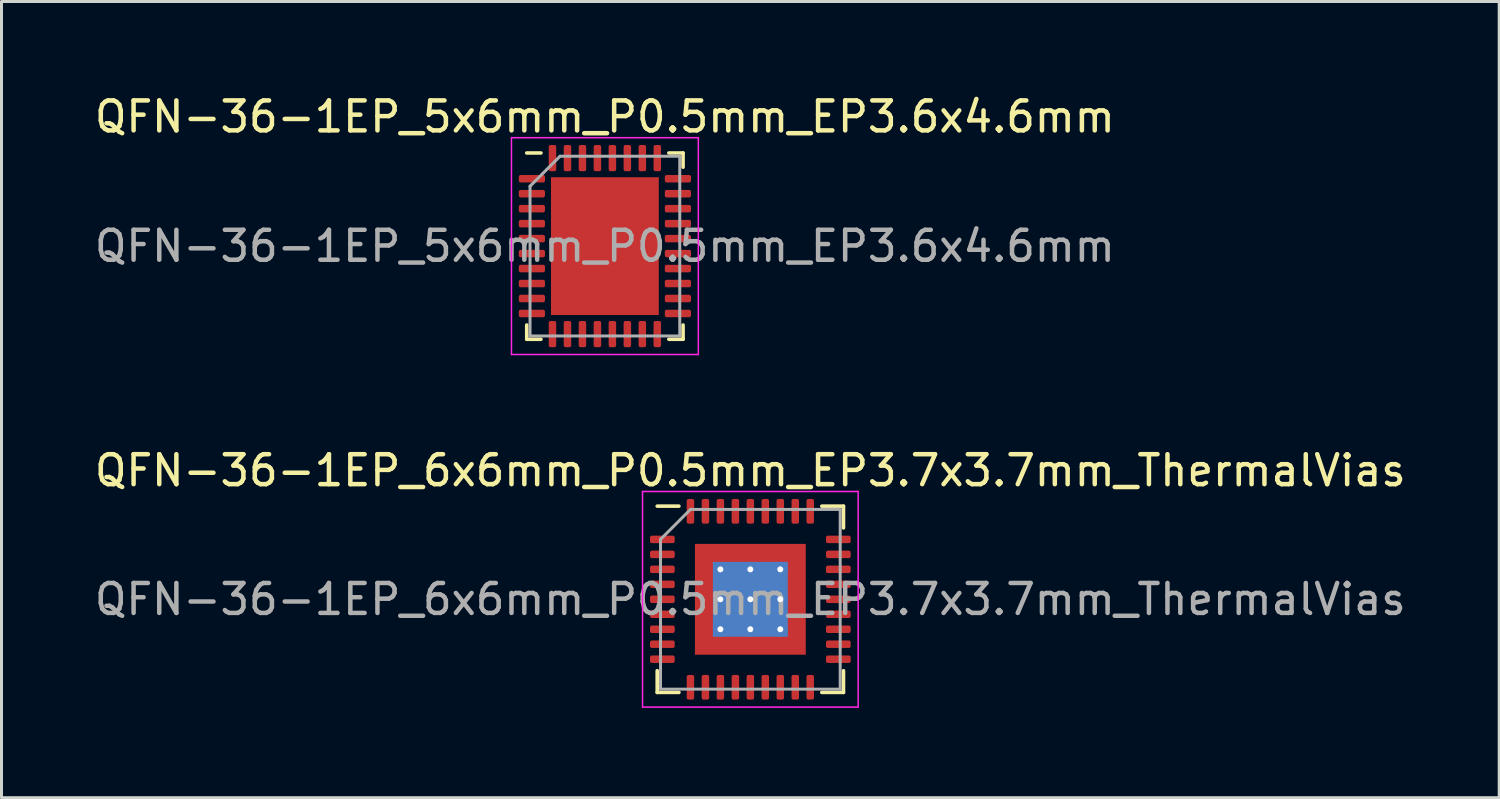
<source format=kicad_pcb>
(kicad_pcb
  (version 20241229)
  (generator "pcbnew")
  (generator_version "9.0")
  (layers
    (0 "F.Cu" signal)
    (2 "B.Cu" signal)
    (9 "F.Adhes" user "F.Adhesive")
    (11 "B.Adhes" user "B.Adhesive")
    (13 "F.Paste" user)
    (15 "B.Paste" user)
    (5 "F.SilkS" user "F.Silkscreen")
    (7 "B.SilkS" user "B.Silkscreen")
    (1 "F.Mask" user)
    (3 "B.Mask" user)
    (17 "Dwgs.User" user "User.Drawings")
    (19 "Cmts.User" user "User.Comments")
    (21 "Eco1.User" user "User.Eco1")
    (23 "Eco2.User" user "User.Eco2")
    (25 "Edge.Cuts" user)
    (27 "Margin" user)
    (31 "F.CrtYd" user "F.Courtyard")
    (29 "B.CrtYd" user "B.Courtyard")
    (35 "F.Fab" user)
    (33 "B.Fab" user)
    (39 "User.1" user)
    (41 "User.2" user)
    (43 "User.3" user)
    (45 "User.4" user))
  (footprint "QFN-36-1EP_6x6mm_P0.5mm_EP3.7x3.7mm_ThermalVias"
    (layer "F.Cu")
    (at 22.006 16.962)
    (property "Reference" "QFN-36-1EP_6x6mm_P0.5mm_EP3.7x3.7mm_ThermalVias" (at 0 -4.3 0) (layer "F.SilkS") (effects (font (size 1 1) (thickness 0.15))))
    (attr smd)
    (fp_line (start -3.11 3.11) (end -3.11 2.385) (stroke (width 0.12) (type solid)) (layer "F.SilkS"))
    (fp_line (start -2.385 -3.11) (end -3.11 -3.11) (stroke (width 0.12) (type solid)) (layer "F.SilkS"))
    (fp_line (start -2.385 3.11) (end -3.11 3.11) (stroke (width 0.12) (type solid)) (layer "F.SilkS"))
    (fp_line (start 2.385 -3.11) (end 3.11 -3.11) (stroke (width 0.12) (type solid)) (layer "F.SilkS"))
    (fp_line (start 2.385 3.11) (end 3.11 3.11) (stroke (width 0.12) (type solid)) (layer "F.SilkS"))
    (fp_line (start 3.11 -3.11) (end 3.11 -2.385) (stroke (width 0.12) (type solid)) (layer "F.SilkS"))
    (fp_line (start 3.11 3.11) (end 3.11 2.385) (stroke (width 0.12) (type solid)) (layer "F.SilkS"))
    (fp_line (start -3.6 -3.6) (end -3.6 3.6) (stroke (width 0.05) (type solid)) (layer "F.CrtYd"))
    (fp_line (start -3.6 3.6) (end 3.6 3.6) (stroke (width 0.05) (type solid)) (layer "F.CrtYd"))
    (fp_line (start 3.6 -3.6) (end -3.6 -3.6) (stroke (width 0.05) (type solid)) (layer "F.CrtYd"))
    (fp_line (start 3.6 3.6) (end 3.6 -3.6) (stroke (width 0.05) (type solid)) (layer "F.CrtYd"))
    (fp_line (start -3 -2) (end -2 -3) (stroke (width 0.1) (type solid)) (layer "F.Fab"))
    (fp_line (start -3 3) (end -3 -2) (stroke (width 0.1) (type solid)) (layer "F.Fab"))
    (fp_line (start -2 -3) (end 3 -3) (stroke (width 0.1) (type solid)) (layer "F.Fab"))
    (fp_line (start 3 -3) (end 3 3) (stroke (width 0.1) (type solid)) (layer "F.Fab"))
    (fp_line (start 3 3) (end -3 3) (stroke (width 0.1) (type solid)) (layer "F.Fab"))
    (fp_text user "${REFERENCE}" (at 0 0 0) (layer "F.Fab") (effects (font (size 1 1) (thickness 0.15))))
    (pad "" smd custom (at -1.425 -1.425) (size 0.602 0.602) (layers "F.Paste") (options (anchor circle)) (primitives (gr_poly (pts (xy -0.259 -0.259) (xy 0.259 -0.259) (xy 0.259 0.19) (xy 0.19 0.259) (xy -0.259 0.259)) (width 0.167) (fill yes))))
    (pad "" smd custom (at -1.425 -0.5) (size 0.612 0.612) (layers "F.Paste") (options (anchor circle)) (primitives (gr_poly (pts (xy -0.269 -0.33) (xy 0.209 -0.33) (xy 0.269 -0.269) (xy 0.269 0.269) (xy 0.209 0.33) (xy -0.269 0.33)) (width 0.147) (fill yes))))
    (pad "" smd custom (at -1.425 0.5) (size 0.612 0.612) (layers "F.Paste") (options (anchor circle)) (primitives (gr_poly (pts (xy -0.269 -0.33) (xy 0.209 -0.33) (xy 0.269 -0.269) (xy 0.269 0.269) (xy 0.209 0.33) (xy -0.269 0.33)) (width 0.147) (fill yes))))
    (pad "" smd custom (at -1.425 1.425) (size 0.602 0.602) (layers "F.Paste") (options (anchor circle)) (primitives (gr_poly (pts (xy -0.259 -0.259) (xy 0.19 -0.259) (xy 0.259 -0.19) (xy 0.259 0.259) (xy -0.259 0.259)) (width 0.167) (fill yes))))
    (pad "" smd custom (at -0.5 -1.425) (size 0.612 0.612) (layers "F.Paste") (options (anchor circle)) (primitives (gr_poly (pts (xy -0.33 -0.269) (xy 0.33 -0.269) (xy 0.33 0.209) (xy 0.269 0.269) (xy -0.269 0.269) (xy -0.33 0.209)) (width 0.147) (fill yes))))
    (pad "" smd roundrect (at -0.5 -0.5) (size 0.806 0.806) (layers "F.Paste") (roundrect_rratio 0.25))
    (pad "" smd roundrect (at -0.5 0.5) (size 0.806 0.806) (layers "F.Paste") (roundrect_rratio 0.25))
    (pad "" smd custom (at -0.5 1.425) (size 0.612 0.612) (layers "F.Paste") (options (anchor circle)) (primitives (gr_poly (pts (xy -0.33 -0.209) (xy -0.269 -0.269) (xy 0.269 -0.269) (xy 0.33 -0.209) (xy 0.33 0.269) (xy -0.33 0.269)) (width 0.147) (fill yes))))
    (pad "" smd custom (at 0.5 -1.425) (size 0.612 0.612) (layers "F.Paste") (options (anchor circle)) (primitives (gr_poly (pts (xy -0.33 -0.269) (xy 0.33 -0.269) (xy 0.33 0.209) (xy 0.269 0.269) (xy -0.269 0.269) (xy -0.33 0.209)) (width 0.147) (fill yes))))
    (pad "" smd roundrect (at 0.5 -0.5) (size 0.806 0.806) (layers "F.Paste") (roundrect_rratio 0.25))
    (pad "" smd roundrect (at 0.5 0.5) (size 0.806 0.806) (layers "F.Paste") (roundrect_rratio 0.25))
    (pad "" smd custom (at 0.5 1.425) (size 0.612 0.612) (layers "F.Paste") (options (anchor circle)) (primitives (gr_poly (pts (xy -0.33 -0.209) (xy -0.269 -0.269) (xy 0.269 -0.269) (xy 0.33 -0.209) (xy 0.33 0.269) (xy -0.33 0.269)) (width 0.147) (fill yes))))
    (pad "" smd custom (at 1.425 -1.425) (size 0.602 0.602) (layers "F.Paste") (options (anchor circle)) (primitives (gr_poly (pts (xy -0.259 -0.259) (xy 0.259 -0.259) (xy 0.259 0.259) (xy -0.19 0.259) (xy -0.259 0.19)) (width 0.167) (fill yes))))
    (pad "" smd custom (at 1.425 -0.5) (size 0.612 0.612) (layers "F.Paste") (options (anchor circle)) (primitives (gr_poly (pts (xy -0.269 -0.269) (xy -0.209 -0.33) (xy 0.269 -0.33) (xy 0.269 0.33) (xy -0.209 0.33) (xy -0.269 0.269)) (width 0.147) (fill yes))))
    (pad "" smd custom (at 1.425 0.5) (size 0.612 0.612) (layers "F.Paste") (options (anchor circle)) (primitives (gr_poly (pts (xy -0.269 -0.269) (xy -0.209 -0.33) (xy 0.269 -0.33) (xy 0.269 0.33) (xy -0.209 0.33) (xy -0.269 0.269)) (width 0.147) (fill yes))))
    (pad "" smd custom (at 1.425 1.425) (size 0.602 0.602) (layers "F.Paste") (options (anchor circle)) (primitives (gr_poly (pts (xy -0.259 -0.19) (xy -0.19 -0.259) (xy 0.259 -0.259) (xy 0.259 0.259) (xy -0.259 0.259)) (width 0.167) (fill yes))))
    (pad "1" smd roundrect (at -2.938 -2) (size 0.825 0.25) (layers "F.Cu" "F.Mask" "F.Paste") (roundrect_rratio 0.25))
    (pad "2" smd roundrect (at -2.938 -1.5) (size 0.825 0.25) (layers "F.Cu" "F.Mask" "F.Paste") (roundrect_rratio 0.25))
    (pad "3" smd roundrect (at -2.938 -1) (size 0.825 0.25) (layers "F.Cu" "F.Mask" "F.Paste") (roundrect_rratio 0.25))
    (pad "4" smd roundrect (at -2.938 -0.5) (size 0.825 0.25) (layers "F.Cu" "F.Mask" "F.Paste") (roundrect_rratio 0.25))
    (pad "5" smd roundrect (at -2.938 0) (size 0.825 0.25) (layers "F.Cu" "F.Mask" "F.Paste") (roundrect_rratio 0.25))
    (pad "6" smd roundrect (at -2.938 0.5) (size 0.825 0.25) (layers "F.Cu" "F.Mask" "F.Paste") (roundrect_rratio 0.25))
    (pad "7" smd roundrect (at -2.938 1) (size 0.825 0.25) (layers "F.Cu" "F.Mask" "F.Paste") (roundrect_rratio 0.25))
    (pad "8" smd roundrect (at -2.938 1.5) (size 0.825 0.25) (layers "F.Cu" "F.Mask" "F.Paste") (roundrect_rratio 0.25))
    (pad "9" smd roundrect (at -2.938 2) (size 0.825 0.25) (layers "F.Cu" "F.Mask" "F.Paste") (roundrect_rratio 0.25))
    (pad "10" smd roundrect (at -2 2.938) (size 0.25 0.825) (layers "F.Cu" "F.Mask" "F.Paste") (roundrect_rratio 0.25))
    (pad "11" smd roundrect (at -1.5 2.938) (size 0.25 0.825) (layers "F.Cu" "F.Mask" "F.Paste") (roundrect_rratio 0.25))
    (pad "12" smd roundrect (at -1 2.938) (size 0.25 0.825) (layers "F.Cu" "F.Mask" "F.Paste") (roundrect_rratio 0.25))
    (pad "13" smd roundrect (at -0.5 2.938) (size 0.25 0.825) (layers "F.Cu" "F.Mask" "F.Paste") (roundrect_rratio 0.25))
    (pad "14" smd roundrect (at 0 2.938) (size 0.25 0.825) (layers "F.Cu" "F.Mask" "F.Paste") (roundrect_rratio 0.25))
    (pad "15" smd roundrect (at 0.5 2.938) (size 0.25 0.825) (layers "F.Cu" "F.Mask" "F.Paste") (roundrect_rratio 0.25))
    (pad "16" smd roundrect (at 1 2.938) (size 0.25 0.825) (layers "F.Cu" "F.Mask" "F.Paste") (roundrect_rratio 0.25))
    (pad "17" smd roundrect (at 1.5 2.938) (size 0.25 0.825) (layers "F.Cu" "F.Mask" "F.Paste") (roundrect_rratio 0.25))
    (pad "18" smd roundrect (at 2 2.938) (size 0.25 0.825) (layers "F.Cu" "F.Mask" "F.Paste") (roundrect_rratio 0.25))
    (pad "19" smd roundrect (at 2.938 2) (size 0.825 0.25) (layers "F.Cu" "F.Mask" "F.Paste") (roundrect_rratio 0.25))
    (pad "20" smd roundrect (at 2.938 1.5) (size 0.825 0.25) (layers "F.Cu" "F.Mask" "F.Paste") (roundrect_rratio 0.25))
    (pad "21" smd roundrect (at 2.938 1) (size 0.825 0.25) (layers "F.Cu" "F.Mask" "F.Paste") (roundrect_rratio 0.25))
    (pad "22" smd roundrect (at 2.938 0.5) (size 0.825 0.25) (layers "F.Cu" "F.Mask" "F.Paste") (roundrect_rratio 0.25))
    (pad "23" smd roundrect (at 2.938 0) (size 0.825 0.25) (layers "F.Cu" "F.Mask" "F.Paste") (roundrect_rratio 0.25))
    (pad "24" smd roundrect (at 2.938 -0.5) (size 0.825 0.25) (layers "F.Cu" "F.Mask" "F.Paste") (roundrect_rratio 0.25))
    (pad "25" smd roundrect (at 2.938 -1) (size 0.825 0.25) (layers "F.Cu" "F.Mask" "F.Paste") (roundrect_rratio 0.25))
    (pad "26" smd roundrect (at 2.938 -1.5) (size 0.825 0.25) (layers "F.Cu" "F.Mask" "F.Paste") (roundrect_rratio 0.25))
    (pad "27" smd roundrect (at 2.938 -2) (size 0.825 0.25) (layers "F.Cu" "F.Mask" "F.Paste") (roundrect_rratio 0.25))
    (pad "28" smd roundrect (at 2 -2.938) (size 0.25 0.825) (layers "F.Cu" "F.Mask" "F.Paste") (roundrect_rratio 0.25))
    (pad "29" smd roundrect (at 1.5 -2.938) (size 0.25 0.825) (layers "F.Cu" "F.Mask" "F.Paste") (roundrect_rratio 0.25))
    (pad "30" smd roundrect (at 1 -2.938) (size 0.25 0.825) (layers "F.Cu" "F.Mask" "F.Paste") (roundrect_rratio 0.25))
    (pad "31" smd roundrect (at 0.5 -2.938) (size 0.25 0.825) (layers "F.Cu" "F.Mask" "F.Paste") (roundrect_rratio 0.25))
    (pad "32" smd roundrect (at 0 -2.938) (size 0.25 0.825) (layers "F.Cu" "F.Mask" "F.Paste") (roundrect_rratio 0.25))
    (pad "33" smd roundrect (at -0.5 -2.938) (size 0.25 0.825) (layers "F.Cu" "F.Mask" "F.Paste") (roundrect_rratio 0.25))
    (pad "34" smd roundrect (at -1 -2.938) (size 0.25 0.825) (layers "F.Cu" "F.Mask" "F.Paste") (roundrect_rratio 0.25))
    (pad "35" smd roundrect (at -1.5 -2.938) (size 0.25 0.825) (layers "F.Cu" "F.Mask" "F.Paste") (roundrect_rratio 0.25))
    (pad "36" smd roundrect (at -2 -2.938) (size 0.25 0.825) (layers "F.Cu" "F.Mask" "F.Paste") (roundrect_rratio 0.25))
    (pad "37" thru_hole circle (at -1 -1) (size 0.5 0.5) (drill 0.2) (layers "*.Cu"))
    (pad "37" thru_hole circle (at -1 0) (size 0.5 0.5) (drill 0.2) (layers "*.Cu"))
    (pad "37" thru_hole circle (at -1 1) (size 0.5 0.5) (drill 0.2) (layers "*.Cu"))
    (pad "37" thru_hole circle (at 0 -1) (size 0.5 0.5) (drill 0.2) (layers "*.Cu"))
    (pad "37" thru_hole circle (at 0 0) (size 0.5 0.5) (drill 0.2) (layers "*.Cu"))
    (pad "37" smd rect (at 0 0) (size 2.5 2.5) (layers "B.Cu"))
    (pad "37" smd rect (at 0 0) (size 3.7 3.7) (layers "F.Cu" "F.Mask"))
    (pad "37" thru_hole circle (at 0 1) (size 0.5 0.5) (drill 0.2) (layers "*.Cu"))
    (pad "37" thru_hole circle (at 1 -1) (size 0.5 0.5) (drill 0.2) (layers "*.Cu"))
    (pad "37" thru_hole circle (at 1 0) (size 0.5 0.5) (drill 0.2) (layers "*.Cu"))
    (pad "37" thru_hole circle (at 1 1) (size 0.5 0.5) (drill 0.2) (layers "*.Cu")))
  (footprint "QFN-36-1EP_5x6mm_P0.5mm_EP3.6x4.6mm"
    (layer "F.Cu")
    (at 17.149 5.168)
    (property "Reference" "QFN-36-1EP_5x6mm_P0.5mm_EP3.6x4.6mm" (at 0 -4.32 0) (layer "F.SilkS") (effects (font (size 1 1) (thickness 0.15))))
    (attr smd)
    (fp_line (start -2.61 3.11) (end -2.61 2.635) (stroke (width 0.12) (type solid)) (layer "F.SilkS"))
    (fp_line (start -2.135 -3.11) (end -2.61 -3.11) (stroke (width 0.12) (type solid)) (layer "F.SilkS"))
    (fp_line (start -2.135 3.11) (end -2.61 3.11) (stroke (width 0.12) (type solid)) (layer "F.SilkS"))
    (fp_line (start 2.135 -3.11) (end 2.61 -3.11) (stroke (width 0.12) (type solid)) (layer "F.SilkS"))
    (fp_line (start 2.135 3.11) (end 2.61 3.11) (stroke (width 0.12) (type solid)) (layer "F.SilkS"))
    (fp_line (start 2.61 -3.11) (end 2.61 -2.635) (stroke (width 0.12) (type solid)) (layer "F.SilkS"))
    (fp_line (start 2.61 3.11) (end 2.61 2.635) (stroke (width 0.12) (type solid)) (layer "F.SilkS"))
    (fp_line (start -3.12 -3.62) (end -3.12 3.62) (stroke (width 0.05) (type solid)) (layer "F.CrtYd"))
    (fp_line (start -3.12 3.62) (end 3.12 3.62) (stroke (width 0.05) (type solid)) (layer "F.CrtYd"))
    (fp_line (start 3.12 -3.62) (end -3.12 -3.62) (stroke (width 0.05) (type solid)) (layer "F.CrtYd"))
    (fp_line (start 3.12 3.62) (end 3.12 -3.62) (stroke (width 0.05) (type solid)) (layer "F.CrtYd"))
    (fp_line (start -2.5 -2) (end -1.5 -3) (stroke (width 0.1) (type solid)) (layer "F.Fab"))
    (fp_line (start -2.5 3) (end -2.5 -2) (stroke (width 0.1) (type solid)) (layer "F.Fab"))
    (fp_line (start -1.5 -3) (end 2.5 -3) (stroke (width 0.1) (type solid)) (layer "F.Fab"))
    (fp_line (start 2.5 -3) (end 2.5 3) (stroke (width 0.1) (type solid)) (layer "F.Fab"))
    (fp_line (start 2.5 3) (end -2.5 3) (stroke (width 0.1) (type solid)) (layer "F.Fab"))
    (fp_text user "${REFERENCE}" (at 0 0 0) (layer "F.Fab") (effects (font (size 1 1) (thickness 0.15))))
    (pad "" smd roundrect (at -1.2 -1.725) (size 0.97 0.93) (layers "F.Paste") (roundrect_rratio 0.25))
    (pad "" smd roundrect (at -1.2 -0.575) (size 0.97 0.93) (layers "F.Paste") (roundrect_rratio 0.25))
    (pad "" smd roundrect (at -1.2 0.575) (size 0.97 0.93) (layers "F.Paste") (roundrect_rratio 0.25))
    (pad "" smd roundrect (at -1.2 1.725) (size 0.97 0.93) (layers "F.Paste") (roundrect_rratio 0.25))
    (pad "" smd roundrect (at 0 -1.725) (size 0.97 0.93) (layers "F.Paste") (roundrect_rratio 0.25))
    (pad "" smd roundrect (at 0 -0.575) (size 0.97 0.93) (layers "F.Paste") (roundrect_rratio 0.25))
    (pad "" smd roundrect (at 0 0.575) (size 0.97 0.93) (layers "F.Paste") (roundrect_rratio 0.25))
    (pad "" smd roundrect (at 0 1.725) (size 0.97 0.93) (layers "F.Paste") (roundrect_rratio 0.25))
    (pad "" smd roundrect (at 1.2 -1.725) (size 0.97 0.93) (layers "F.Paste") (roundrect_rratio 0.25))
    (pad "" smd roundrect (at 1.2 -0.575) (size 0.97 0.93) (layers "F.Paste") (roundrect_rratio 0.25))
    (pad "" smd roundrect (at 1.2 0.575) (size 0.97 0.93) (layers "F.Paste") (roundrect_rratio 0.25))
    (pad "" smd roundrect (at 1.2 1.725) (size 0.97 0.93) (layers "F.Paste") (roundrect_rratio 0.25))
    (pad "1" smd roundrect (at -2.438 -2.25) (size 0.875 0.25) (layers "F.Cu" "F.Mask" "F.Paste") (roundrect_rratio 0.25))
    (pad "2" smd roundrect (at -2.438 -1.75) (size 0.875 0.25) (layers "F.Cu" "F.Mask" "F.Paste") (roundrect_rratio 0.25))
    (pad "3" smd roundrect (at -2.438 -1.25) (size 0.875 0.25) (layers "F.Cu" "F.Mask" "F.Paste") (roundrect_rratio 0.25))
    (pad "4" smd roundrect (at -2.438 -0.75) (size 0.875 0.25) (layers "F.Cu" "F.Mask" "F.Paste") (roundrect_rratio 0.25))
    (pad "5" smd roundrect (at -2.438 -0.25) (size 0.875 0.25) (layers "F.Cu" "F.Mask" "F.Paste") (roundrect_rratio 0.25))
    (pad "6" smd roundrect (at -2.438 0.25) (size 0.875 0.25) (layers "F.Cu" "F.Mask" "F.Paste") (roundrect_rratio 0.25))
    (pad "7" smd roundrect (at -2.438 0.75) (size 0.875 0.25) (layers "F.Cu" "F.Mask" "F.Paste") (roundrect_rratio 0.25))
    (pad "8" smd roundrect (at -2.438 1.25) (size 0.875 0.25) (layers "F.Cu" "F.Mask" "F.Paste") (roundrect_rratio 0.25))
    (pad "9" smd roundrect (at -2.438 1.75) (size 0.875 0.25) (layers "F.Cu" "F.Mask" "F.Paste") (roundrect_rratio 0.25))
    (pad "10" smd roundrect (at -2.438 2.25) (size 0.875 0.25) (layers "F.Cu" "F.Mask" "F.Paste") (roundrect_rratio 0.25))
    (pad "11" smd roundrect (at -1.75 2.938) (size 0.25 0.875) (layers "F.Cu" "F.Mask" "F.Paste") (roundrect_rratio 0.25))
    (pad "12" smd roundrect (at -1.25 2.938) (size 0.25 0.875) (layers "F.Cu" "F.Mask" "F.Paste") (roundrect_rratio 0.25))
    (pad "13" smd roundrect (at -0.75 2.938) (size 0.25 0.875) (layers "F.Cu" "F.Mask" "F.Paste") (roundrect_rratio 0.25))
    (pad "14" smd roundrect (at -0.25 2.938) (size 0.25 0.875) (layers "F.Cu" "F.Mask" "F.Paste") (roundrect_rratio 0.25))
    (pad "15" smd roundrect (at 0.25 2.938) (size 0.25 0.875) (layers "F.Cu" "F.Mask" "F.Paste") (roundrect_rratio 0.25))
    (pad "16" smd roundrect (at 0.75 2.938) (size 0.25 0.875) (layers "F.Cu" "F.Mask" "F.Paste") (roundrect_rratio 0.25))
    (pad "17" smd roundrect (at 1.25 2.938) (size 0.25 0.875) (layers "F.Cu" "F.Mask" "F.Paste") (roundrect_rratio 0.25))
    (pad "18" smd roundrect (at 1.75 2.938) (size 0.25 0.875) (layers "F.Cu" "F.Mask" "F.Paste") (roundrect_rratio 0.25))
    (pad "19" smd roundrect (at 2.438 2.25) (size 0.875 0.25) (layers "F.Cu" "F.Mask" "F.Paste") (roundrect_rratio 0.25))
    (pad "20" smd roundrect (at 2.438 1.75) (size 0.875 0.25) (layers "F.Cu" "F.Mask" "F.Paste") (roundrect_rratio 0.25))
    (pad "21" smd roundrect (at 2.438 1.25) (size 0.875 0.25) (layers "F.Cu" "F.Mask" "F.Paste") (roundrect_rratio 0.25))
    (pad "22" smd roundrect (at 2.438 0.75) (size 0.875 0.25) (layers "F.Cu" "F.Mask" "F.Paste") (roundrect_rratio 0.25))
    (pad "23" smd roundrect (at 2.438 0.25) (size 0.875 0.25) (layers "F.Cu" "F.Mask" "F.Paste") (roundrect_rratio 0.25))
    (pad "24" smd roundrect (at 2.438 -0.25) (size 0.875 0.25) (layers "F.Cu" "F.Mask" "F.Paste") (roundrect_rratio 0.25))
    (pad "25" smd roundrect (at 2.438 -0.75) (size 0.875 0.25) (layers "F.Cu" "F.Mask" "F.Paste") (roundrect_rratio 0.25))
    (pad "26" smd roundrect (at 2.438 -1.25) (size 0.875 0.25) (layers "F.Cu" "F.Mask" "F.Paste") (roundrect_rratio 0.25))
    (pad "27" smd roundrect (at 2.438 -1.75) (size 0.875 0.25) (layers "F.Cu" "F.Mask" "F.Paste") (roundrect_rratio 0.25))
    (pad "28" smd roundrect (at 2.438 -2.25) (size 0.875 0.25) (layers "F.Cu" "F.Mask" "F.Paste") (roundrect_rratio 0.25))
    (pad "29" smd roundrect (at 1.75 -2.938) (size 0.25 0.875) (layers "F.Cu" "F.Mask" "F.Paste") (roundrect_rratio 0.25))
    (pad "30" smd roundrect (at 1.25 -2.938) (size 0.25 0.875) (layers "F.Cu" "F.Mask" "F.Paste") (roundrect_rratio 0.25))
    (pad "31" smd roundrect (at 0.75 -2.938) (size 0.25 0.875) (layers "F.Cu" "F.Mask" "F.Paste") (roundrect_rratio 0.25))
    (pad "32" smd roundrect (at 0.25 -2.938) (size 0.25 0.875) (layers "F.Cu" "F.Mask" "F.Paste") (roundrect_rratio 0.25))
    (pad "33" smd roundrect (at -0.25 -2.938) (size 0.25 0.875) (layers "F.Cu" "F.Mask" "F.Paste") (roundrect_rratio 0.25))
    (pad "34" smd roundrect (at -0.75 -2.938) (size 0.25 0.875) (layers "F.Cu" "F.Mask" "F.Paste") (roundrect_rratio 0.25))
    (pad "35" smd roundrect (at -1.25 -2.938) (size 0.25 0.875) (layers "F.Cu" "F.Mask" "F.Paste") (roundrect_rratio 0.25))
    (pad "36" smd roundrect (at -1.75 -2.938) (size 0.25 0.875) (layers "F.Cu" "F.Mask" "F.Paste") (roundrect_rratio 0.25))
    (pad "37" smd rect (at 0 0) (size 3.6 4.6) (layers "F.Cu" "F.Mask")))
  (gr_rect
    (start -3 -3)
    (end 47.012 23.587)
    (stroke (width 0.1) (type default))
    (fill no)
    (layer "Edge.Cuts")))
</source>
